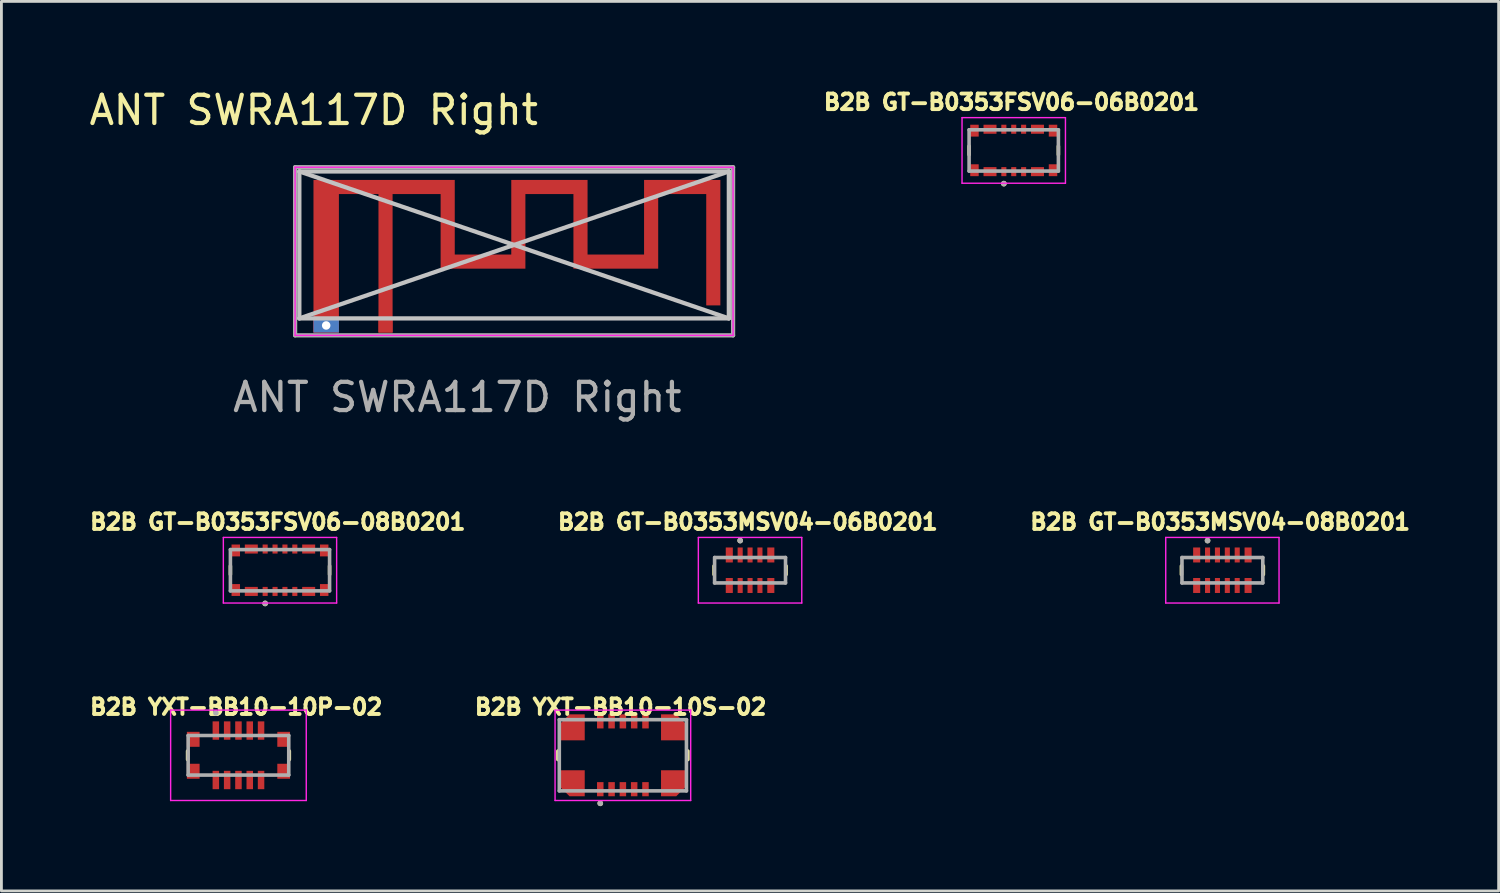
<source format=kicad_pcb>
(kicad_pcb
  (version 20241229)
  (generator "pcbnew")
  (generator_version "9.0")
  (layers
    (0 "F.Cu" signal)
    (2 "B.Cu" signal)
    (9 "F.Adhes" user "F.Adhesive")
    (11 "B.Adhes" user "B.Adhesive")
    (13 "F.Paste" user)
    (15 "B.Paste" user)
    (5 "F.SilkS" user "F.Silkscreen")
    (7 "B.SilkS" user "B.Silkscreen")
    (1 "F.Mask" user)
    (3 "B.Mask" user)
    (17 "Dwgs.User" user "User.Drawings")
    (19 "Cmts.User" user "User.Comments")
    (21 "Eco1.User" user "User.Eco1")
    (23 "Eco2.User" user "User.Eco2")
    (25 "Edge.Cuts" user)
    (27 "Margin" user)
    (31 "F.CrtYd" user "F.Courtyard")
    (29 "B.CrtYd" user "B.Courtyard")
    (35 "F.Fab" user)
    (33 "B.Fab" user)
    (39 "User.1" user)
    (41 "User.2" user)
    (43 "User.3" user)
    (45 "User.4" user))
  (footprint "ANT SWRA117D Right"
    (layer "F.Cu")
    (at 10.594 8.468)
    (property "Reference" "ANT SWRA117D Right" (at -2.54 -7.62 0) (layer "F.SilkS") (effects (font (size 1 1) (thickness 0.15))))
    (attr exclude_from_pos_files exclude_from_bom)
    (fp_poly (pts (xy 2.45 -2.51) (xy 4.45 -2.51) (xy 4.45 -5.15) (xy 7.15 -5.15) (xy 7.15 -2.51) (xy 9.15 -2.51) (xy 9.15 -5.15) (xy 11.85 -5.15) (xy 11.85 -0.71) (xy 11.35 -0.71) (xy 11.35 -4.65) (xy 9.65 -4.65) (xy 9.65 -2.01) (xy 6.65 -2.01) (xy 6.65 -4.65) (xy 4.95 -4.65) (xy 4.95 -2.01) (xy 1.95 -2.01) (xy 1.95 -4.65) (xy 0.25 -4.65) (xy 0.25 0.25) (xy -0.25 0.25) (xy -0.25 -4.65) (xy -1.65 -4.65) (xy -1.65 0.25) (xy -2.55 0.25) (xy -2.55 0.007) (xy -2.248 0.007) (xy -2.238 0.054) (xy -2.214 0.097) (xy -2.176 0.13) (xy -2.168 0.134) (xy -2.125 0.146) (xy -2.077 0.145) (xy -2.031 0.132) (xy -2.013 0.122) (xy -1.979 0.087) (xy -1.958 0.041) (xy -1.952 -0.008) (xy -1.96 -0.056) (xy -1.977 -0.089) (xy -2.012 -0.121) (xy -2.058 -0.141) (xy -2.107 -0.148) (xy -2.155 -0.14) (xy -2.188 -0.123) (xy -2.223 -0.086) (xy -2.243 -0.042) (xy -2.248 0.007) (xy -2.55 0.007) (xy -2.55 -5.15) (xy 2.45 -5.15) (xy 2.45 -2.51)) (stroke (width 0) (type solid)) (fill yes) (layer "F.Cu"))
    (fp_line (start -3.05 -5.45) (end 12.15 -5.45) (stroke (width 0.15) (type solid)) (layer "Dwgs.User"))
    (fp_line (start -3.05 -5.45) (end 12.15 -0.25) (stroke (width 0.15) (type solid)) (layer "Dwgs.User"))
    (fp_line (start -3.05 -0.25) (end -3.05 -5.45) (stroke (width 0.15) (type solid)) (layer "Dwgs.User"))
    (fp_line (start -3.05 -0.25) (end 12.15 -5.45) (stroke (width 0.15) (type solid)) (layer "Dwgs.User"))
    (fp_line (start -3.05 -0.25) (end 12.15 -0.25) (stroke (width 0.15) (type solid)) (layer "Dwgs.User"))
    (fp_line (start 12.15 -0.25) (end 12.15 -5.45) (stroke (width 0.15) (type solid)) (layer "Dwgs.User"))
    (fp_line (start -3.2 -5.6) (end 12.3 -5.6) (stroke (width 0.05) (type solid)) (layer "F.CrtYd"))
    (fp_line (start -3.2 0.35) (end -3.2 -5.6) (stroke (width 0.05) (type solid)) (layer "F.CrtYd"))
    (fp_line (start 12.3 -5.6) (end 12.3 0.35) (stroke (width 0.05) (type solid)) (layer "F.CrtYd"))
    (fp_line (start 12.3 0.35) (end -3.2 0.35) (stroke (width 0.05) (type solid)) (layer "F.CrtYd"))
    (fp_line (start -3.2 -5.6) (end 12.3 -5.6) (stroke (width 0.15) (type solid)) (layer "F.Fab"))
    (fp_line (start -3.2 0.35) (end -3.2 -5.6) (stroke (width 0.15) (type solid)) (layer "F.Fab"))
    (fp_line (start 12.3 -5.6) (end 12.3 0.35) (stroke (width 0.15) (type solid)) (layer "F.Fab"))
    (fp_line (start 12.3 0.35) (end -3.2 0.35) (stroke (width 0.15) (type solid)) (layer "F.Fab"))
    (fp_text user "${REFERENCE}" (at 2.54 2.54 0) (layer "F.Fab") (effects (font (size 1 1) (thickness 0.15))))
    (pad "1" connect rect (at 0 0) (size 0.5 0.5) (layers "F.Cu"))
    (pad "2" thru_hole rect (at -2.1 0) (size 0.9 0.5) (drill 0.3) (layers "*.Cu")))
  (footprint "B2B GT-B0353FSV06-06B0201"
    (layer "F.Cu")
    (at 32.827 2.274)
    (property "Reference" "B2B GT-B0353FSV06-06B0201" (at -0.08 -1.71 0) (layer "F.SilkS") (effects (font (size 0.551 0.551) (thickness 0.138))))
    (attr smd)
    (fp_line (start -1.58 -0.15) (end -1.58 0.15) (stroke (width 0.127) (type solid)) (layer "F.SilkS"))
    (fp_line (start 1.58 -0.15) (end 1.58 0.15) (stroke (width 0.127) (type solid)) (layer "F.SilkS"))
    (fp_circle (center -0.35 1.175) (end -0.3 1.175) (stroke (width 0.1) (type solid)) (fill no) (layer "F.SilkS"))
    (fp_line (start -1.83 -1.16) (end -1.83 1.16) (stroke (width 0.05) (type solid)) (layer "F.CrtYd"))
    (fp_line (start -1.83 1.16) (end 1.83 1.16) (stroke (width 0.05) (type solid)) (layer "F.CrtYd"))
    (fp_line (start 1.83 -1.16) (end -1.83 -1.16) (stroke (width 0.05) (type solid)) (layer "F.CrtYd"))
    (fp_line (start 1.83 1.16) (end 1.83 -1.16) (stroke (width 0.05) (type solid)) (layer "F.CrtYd"))
    (fp_line (start -1.58 -0.73) (end -1.58 0.73) (stroke (width 0.127) (type solid)) (layer "F.Fab"))
    (fp_line (start -1.58 0.73) (end 1.58 0.73) (stroke (width 0.127) (type solid)) (layer "F.Fab"))
    (fp_line (start 1.58 -0.73) (end -1.58 -0.73) (stroke (width 0.127) (type solid)) (layer "F.Fab"))
    (fp_line (start 1.58 0.73) (end 1.58 -0.73) (stroke (width 0.127) (type solid)) (layer "F.Fab"))
    (fp_circle (center -0.35 1.175) (end -0.3 1.175) (stroke (width 0.1) (type solid)) (fill no) (layer "F.Fab"))
    (pad "1" smd rect (at -0.35 0.75) (size 0.18 0.32) (layers "F.Cu" "F.Mask" "F.Paste"))
    (pad "2" smd rect (at -0.35 -0.75) (size 0.18 0.32) (layers "F.Cu" "F.Mask" "F.Paste"))
    (pad "3" smd rect (at 0 0.75) (size 0.18 0.32) (layers "F.Cu" "F.Mask" "F.Paste"))
    (pad "4" smd rect (at 0 -0.75) (size 0.18 0.32) (layers "F.Cu" "F.Mask" "F.Paste"))
    (pad "5" smd rect (at 0.35 0.75) (size 0.18 0.32) (layers "F.Cu" "F.Mask" "F.Paste"))
    (pad "6" smd rect (at 0.35 -0.75) (size 0.18 0.32) (layers "F.Cu" "F.Mask" "F.Paste"))
    (pad "P1" smd rect (at -0.84 0.75) (size 0.46 0.32) (layers "F.Cu" "F.Mask" "F.Paste"))
    (pad "P1_2" smd rect (at -0.84 -0.75) (size 0.46 0.32) (layers "F.Cu" "F.Mask" "F.Paste"))
    (pad "P2" smd rect (at 0.84 0.75) (size 0.46 0.32) (layers "F.Cu" "F.Mask" "F.Paste"))
    (pad "P2_2" smd rect (at 0.84 -0.75) (size 0.46 0.32) (layers "F.Cu" "F.Mask" "F.Paste"))
    (pad "S1" smd rect (at -1.39 0.7) (size 0.3 0.42) (layers "F.Cu" "F.Mask" "F.Paste"))
    (pad "S2" smd rect (at -1.39 -0.7) (size 0.3 0.42) (layers "F.Cu" "F.Mask" "F.Paste"))
    (pad "S3" smd rect (at 1.39 0.7) (size 0.3 0.42) (layers "F.Cu" "F.Mask" "F.Paste"))
    (pad "S4" smd rect (at 1.39 -0.7) (size 0.3 0.42) (layers "F.Cu" "F.Mask" "F.Paste"))
    (zone (net_name "") (layer "F.Cu") (hatch full 0.508) (connect_pads) (min_thickness 0.01) (filled_areas_thickness no) (keepout (tracks not_allowed) (vias not_allowed) (pads not_allowed) (copperpour not_allowed) (footprints allowed)) (placement (enabled no)) (fill) (polygon (pts (xy 31.757 1.684) (xy 33.897 1.684) (xy 33.897 2.864) (xy 31.757 2.864))))
    (zone (net_name "") (layers "F.Cu" "B.Cu") (hatch full 0.508) (connect_pads) (min_thickness 0.01) (filled_areas_thickness no) (keepout (tracks allowed) (vias not_allowed) (pads allowed) (copperpour allowed) (footprints allowed)) (placement (enabled no)) (fill) (polygon (pts (xy 31.757 1.684) (xy 33.897 1.684) (xy 33.897 2.864) (xy 31.757 2.864)))))
  (footprint "B2B GT-B0353FSV06-08B0201"
    (layer "F.Cu")
    (at 6.859 17.131)
    (property "Reference" "B2B GT-B0353FSV06-08B0201" (at -0.08 -1.71 0) (layer "F.SilkS") (effects (font (size 0.551 0.551) (thickness 0.138))))
    (attr smd)
    (fp_line (start -1.755 -0.15) (end -1.755 0.15) (stroke (width 0.127) (type solid)) (layer "F.SilkS"))
    (fp_line (start 1.755 -0.15) (end 1.755 0.15) (stroke (width 0.127) (type solid)) (layer "F.SilkS"))
    (fp_circle (center -0.525 1.175) (end -0.475 1.175) (stroke (width 0.1) (type solid)) (fill no) (layer "F.SilkS"))
    (fp_line (start -2.005 -1.16) (end -2.005 1.16) (stroke (width 0.05) (type solid)) (layer "F.CrtYd"))
    (fp_line (start -2.005 1.16) (end 2.005 1.16) (stroke (width 0.05) (type solid)) (layer "F.CrtYd"))
    (fp_line (start 2.005 -1.16) (end -2.005 -1.16) (stroke (width 0.05) (type solid)) (layer "F.CrtYd"))
    (fp_line (start 2.005 1.16) (end 2.005 -1.16) (stroke (width 0.05) (type solid)) (layer "F.CrtYd"))
    (fp_line (start -1.755 -0.73) (end -1.755 0.73) (stroke (width 0.127) (type solid)) (layer "F.Fab"))
    (fp_line (start -1.755 0.73) (end 1.755 0.73) (stroke (width 0.127) (type solid)) (layer "F.Fab"))
    (fp_line (start 1.755 -0.73) (end -1.755 -0.73) (stroke (width 0.127) (type solid)) (layer "F.Fab"))
    (fp_line (start 1.755 0.73) (end 1.755 -0.73) (stroke (width 0.127) (type solid)) (layer "F.Fab"))
    (fp_circle (center -0.525 1.175) (end -0.475 1.175) (stroke (width 0.1) (type solid)) (fill no) (layer "F.Fab"))
    (pad "1" smd rect (at -0.525 0.75) (size 0.18 0.32) (layers "F.Cu" "F.Mask" "F.Paste"))
    (pad "2" smd rect (at -0.525 -0.75) (size 0.18 0.32) (layers "F.Cu" "F.Mask" "F.Paste"))
    (pad "3" smd rect (at -0.175 0.75) (size 0.18 0.32) (layers "F.Cu" "F.Mask" "F.Paste"))
    (pad "4" smd rect (at -0.175 -0.75) (size 0.18 0.32) (layers "F.Cu" "F.Mask" "F.Paste"))
    (pad "5" smd rect (at 0.175 0.75) (size 0.18 0.32) (layers "F.Cu" "F.Mask" "F.Paste"))
    (pad "6" smd rect (at 0.175 -0.75) (size 0.18 0.32) (layers "F.Cu" "F.Mask" "F.Paste"))
    (pad "7" smd rect (at 0.525 0.75) (size 0.18 0.32) (layers "F.Cu" "F.Mask" "F.Paste"))
    (pad "8" smd rect (at 0.525 -0.75) (size 0.18 0.32) (layers "F.Cu" "F.Mask" "F.Paste"))
    (pad "P1" smd rect (at -1.015 0.75) (size 0.46 0.32) (layers "F.Cu" "F.Mask" "F.Paste"))
    (pad "P1_2" smd rect (at -1.015 -0.75) (size 0.46 0.32) (layers "F.Cu" "F.Mask" "F.Paste"))
    (pad "P2" smd rect (at 1.015 0.75) (size 0.46 0.32) (layers "F.Cu" "F.Mask" "F.Paste"))
    (pad "P2_2" smd rect (at 1.015 -0.75) (size 0.46 0.32) (layers "F.Cu" "F.Mask" "F.Paste"))
    (pad "S1" smd rect (at -1.565 0.7) (size 0.3 0.42) (layers "F.Cu" "F.Mask" "F.Paste"))
    (pad "S2" smd rect (at -1.565 -0.7) (size 0.3 0.42) (layers "F.Cu" "F.Mask" "F.Paste"))
    (pad "S3" smd rect (at 1.565 0.7) (size 0.3 0.42) (layers "F.Cu" "F.Mask" "F.Paste"))
    (pad "S4" smd rect (at 1.565 -0.7) (size 0.3 0.42) (layers "F.Cu" "F.Mask" "F.Paste"))
    (zone (net_name "") (layer "F.Cu") (hatch full 0.508) (connect_pads) (min_thickness 0.01) (filled_areas_thickness no) (keepout (tracks not_allowed) (vias not_allowed) (pads not_allowed) (copperpour not_allowed) (footprints allowed)) (placement (enabled no)) (fill) (polygon (pts (xy 5.614 16.541) (xy 8.104 16.541) (xy 8.104 17.721) (xy 5.614 17.721))))
    (zone (net_name "") (layers "F.Cu" "B.Cu") (hatch full 0.508) (connect_pads) (min_thickness 0.01) (filled_areas_thickness no) (keepout (tracks allowed) (vias not_allowed) (pads allowed) (copperpour allowed) (footprints allowed)) (placement (enabled no)) (fill) (polygon (pts (xy 5.614 16.541) (xy 8.104 16.541) (xy 8.104 17.721) (xy 5.614 17.721)))))
  (footprint "B2B GT-B0353MSV04-08B0201"
    (layer "F.Cu")
    (at 40.211 17.131)
    (property "Reference" "B2B GT-B0353MSV04-08B0201" (at -0.08 -1.71 0) (layer "F.SilkS") (effects (font (size 0.551 0.551) (thickness 0.138))))
    (attr smd)
    (fp_line (start -1.45 -0.15) (end -1.45 0.15) (stroke (width 0.127) (type solid)) (layer "F.SilkS"))
    (fp_line (start 1.45 -0.15) (end 1.45 0.15) (stroke (width 0.127) (type solid)) (layer "F.SilkS"))
    (fp_circle (center -0.525 -1.05) (end -0.475 -1.05) (stroke (width 0.1) (type solid)) (fill no) (layer "F.SilkS"))
    (fp_line (start -2.005 -1.16) (end -2.005 1.16) (stroke (width 0.05) (type solid)) (layer "F.CrtYd"))
    (fp_line (start -2.005 1.16) (end 2.005 1.16) (stroke (width 0.05) (type solid)) (layer "F.CrtYd"))
    (fp_line (start 2.005 -1.16) (end -2.005 -1.16) (stroke (width 0.05) (type solid)) (layer "F.CrtYd"))
    (fp_line (start 2.005 1.16) (end 2.005 -1.16) (stroke (width 0.05) (type solid)) (layer "F.CrtYd"))
    (fp_line (start -1.43 -0.45) (end -1.43 0.45) (stroke (width 0.127) (type solid)) (layer "F.Fab"))
    (fp_line (start -1.43 -0.45) (end 1.43 -0.45) (stroke (width 0.127) (type solid)) (layer "F.Fab"))
    (fp_line (start -1.43 0.45) (end 1.43 0.45) (stroke (width 0.127) (type solid)) (layer "F.Fab"))
    (fp_line (start 1.43 -0.45) (end 1.43 0.45) (stroke (width 0.127) (type solid)) (layer "F.Fab"))
    (fp_circle (center -0.525 -1.05) (end -0.475 -1.05) (stroke (width 0.1) (type solid)) (fill no) (layer "F.Fab"))
    (pad "1" smd rect (at -0.525 -0.54) (size 0.18 0.53) (layers "F.Cu" "F.Mask" "F.Paste"))
    (pad "2" smd rect (at -0.525 0.54) (size 0.18 0.53) (layers "F.Cu" "F.Mask" "F.Paste"))
    (pad "3" smd rect (at -0.175 -0.54) (size 0.18 0.53) (layers "F.Cu" "F.Mask" "F.Paste"))
    (pad "4" smd rect (at -0.175 0.54) (size 0.18 0.53) (layers "F.Cu" "F.Mask" "F.Paste"))
    (pad "5" smd rect (at 0.175 -0.54) (size 0.18 0.53) (layers "F.Cu" "F.Mask" "F.Paste"))
    (pad "6" smd rect (at 0.175 0.54) (size 0.18 0.53) (layers "F.Cu" "F.Mask" "F.Paste"))
    (pad "7" smd rect (at 0.525 -0.54) (size 0.18 0.53) (layers "F.Cu" "F.Mask" "F.Paste"))
    (pad "8" smd rect (at 0.525 0.54) (size 0.18 0.53) (layers "F.Cu" "F.Mask" "F.Paste"))
    (pad "P1" smd rect (at -0.91 0.54) (size 0.25 0.53) (layers "F.Cu" "F.Mask" "F.Paste"))
    (pad "P1_2" smd rect (at -0.91 -0.54) (size 0.25 0.53) (layers "F.Cu" "F.Mask" "F.Paste"))
    (pad "P2" smd rect (at 0.91 0.54) (size 0.25 0.53) (layers "F.Cu" "F.Mask" "F.Paste"))
    (pad "P2_2" smd rect (at 0.91 -0.54) (size 0.25 0.53) (layers "F.Cu" "F.Mask" "F.Paste")))
  (footprint "B2B YXT-BB10-10S-02"
    (layer "F.Cu")
    (at 18.994 23.68)
    (property "Reference" "B2B YXT-BB10-10S-02" (at -0.08 -1.71 0) (layer "F.SilkS") (effects (font (size 0.551 0.551) (thickness 0.138))))
    (attr smd)
    (fp_line (start -2.3 -0.15) (end -2.3 0.15) (stroke (width 0.127) (type solid)) (layer "F.SilkS"))
    (fp_line (start 2.3 -0.15) (end 2.3 0.15) (stroke (width 0.127) (type solid)) (layer "F.SilkS"))
    (fp_circle (center -0.8 1.7) (end -0.75 1.7) (stroke (width 0.1) (type solid)) (fill no) (layer "F.SilkS"))
    (fp_line (start -2.4 -1.6) (end -2.4 1.6) (stroke (width 0.05) (type solid)) (layer "F.CrtYd"))
    (fp_line (start -2.4 1.6) (end 2.4 1.6) (stroke (width 0.05) (type solid)) (layer "F.CrtYd"))
    (fp_line (start 2.4 -1.6) (end -2.4 -1.6) (stroke (width 0.05) (type solid)) (layer "F.CrtYd"))
    (fp_line (start 2.4 1.6) (end 2.4 -1.6) (stroke (width 0.05) (type solid)) (layer "F.CrtYd"))
    (fp_line (start -2.25 -1.26) (end -2.25 1.26) (stroke (width 0.127) (type solid)) (layer "F.Fab"))
    (fp_line (start -2.25 -1.26) (end 2.25 -1.26) (stroke (width 0.127) (type solid)) (layer "F.Fab"))
    (fp_line (start -2.25 1.26) (end 2.25 1.26) (stroke (width 0.127) (type solid)) (layer "F.Fab"))
    (fp_line (start 2.25 -1.26) (end 2.25 1.26) (stroke (width 0.127) (type solid)) (layer "F.Fab"))
    (fp_circle (center -0.8 1.7) (end -0.75 1.7) (stroke (width 0.1) (type solid)) (fill no) (layer "F.Fab"))
    (pad "1" smd rect (at -0.8 1.2) (size 0.23 0.5) (layers "F.Cu" "F.Mask" "F.Paste"))
    (pad "2" smd rect (at -0.8 -1.2) (size 0.23 0.5) (layers "F.Cu" "F.Mask" "F.Paste"))
    (pad "3" smd rect (at -0.4 1.2) (size 0.23 0.5) (layers "F.Cu" "F.Mask" "F.Paste"))
    (pad "4" smd rect (at -0.4 -1.2) (size 0.23 0.5) (layers "F.Cu" "F.Mask" "F.Paste"))
    (pad "5" smd rect (at 0 1.2) (size 0.23 0.5) (layers "F.Cu" "F.Mask" "F.Paste"))
    (pad "6" smd rect (at 0 -1.2) (size 0.23 0.5) (layers "F.Cu" "F.Mask" "F.Paste"))
    (pad "7" smd rect (at 0.4 1.2) (size 0.23 0.5) (layers "F.Cu" "F.Mask" "F.Paste"))
    (pad "8" smd rect (at 0.4 -1.2) (size 0.23 0.5) (layers "F.Cu" "F.Mask" "F.Paste"))
    (pad "9" smd rect (at 0.8 1.2) (size 0.23 0.5) (layers "F.Cu" "F.Mask" "F.Paste"))
    (pad "10" smd rect (at 0.8 -1.2) (size 0.23 0.5) (layers "F.Cu" "F.Mask" "F.Paste"))
    (pad "S1" smd roundrect (at -1.8 0.99) (size 0.9 0.92) (layers "F.Cu" "F.Mask" "F.Paste") (roundrect_rratio 0) (chamfer_ratio 0.4) (chamfer bottom_left))
    (pad "S2" smd roundrect (at -1.8 -0.99) (size 0.9 0.92) (layers "F.Cu" "F.Mask" "F.Paste") (roundrect_rratio 0) (chamfer_ratio 0.4) (chamfer top_left))
    (pad "S3" smd roundrect (at 1.8 0.99) (size 0.9 0.92) (layers "F.Cu" "F.Mask" "F.Paste") (roundrect_rratio 0) (chamfer_ratio 0.4) (chamfer bottom_right))
    (pad "S4" smd roundrect (at 1.8 -0.99) (size 0.9 0.92) (layers "F.Cu" "F.Mask" "F.Paste") (roundrect_rratio 0) (chamfer_ratio 0.4) (chamfer top_right)))
  (footprint "B2B YXT-BB10-10P-02"
    (layer "F.Cu")
    (at 5.389 23.68)
    (property "Reference" "B2B YXT-BB10-10P-02" (at -0.08 -1.71 0) (layer "F.SilkS") (effects (font (size 0.551 0.551) (thickness 0.138))))
    (attr smd)
    (fp_line (start -1.8 -0.15) (end -1.8 0.15) (stroke (width 0.127) (type solid)) (layer "F.SilkS"))
    (fp_line (start 1.8 -0.15) (end 1.8 0.15) (stroke (width 0.127) (type solid)) (layer "F.SilkS"))
    (fp_circle (center -0.8 -1.5) (end -0.75 -1.5) (stroke (width 0.1) (type solid)) (fill no) (layer "F.SilkS"))
    (fp_line (start -2.4 -1.6) (end -2.4 1.6) (stroke (width 0.05) (type solid)) (layer "F.CrtYd"))
    (fp_line (start -2.4 1.6) (end 2.4 1.6) (stroke (width 0.05) (type solid)) (layer "F.CrtYd"))
    (fp_line (start 2.4 -1.6) (end -2.4 -1.6) (stroke (width 0.05) (type solid)) (layer "F.CrtYd"))
    (fp_line (start 2.4 1.6) (end 2.4 -1.6) (stroke (width 0.05) (type solid)) (layer "F.CrtYd"))
    (fp_line (start -1.78 -0.7) (end -1.78 0.7) (stroke (width 0.127) (type solid)) (layer "F.Fab"))
    (fp_line (start -1.78 -0.7) (end 1.78 -0.7) (stroke (width 0.127) (type solid)) (layer "F.Fab"))
    (fp_line (start -1.78 0.7) (end 1.78 0.7) (stroke (width 0.127) (type solid)) (layer "F.Fab"))
    (fp_line (start 1.78 -0.7) (end 1.78 0.7) (stroke (width 0.127) (type solid)) (layer "F.Fab"))
    (fp_circle (center -0.8 -1.5) (end -0.75 -1.5) (stroke (width 0.1) (type solid)) (fill no) (layer "F.Fab"))
    (pad "1" smd rect (at -0.8 -0.875) (size 0.23 0.65) (layers "F.Cu" "F.Mask" "F.Paste"))
    (pad "2" smd rect (at -0.8 0.875) (size 0.23 0.65) (layers "F.Cu" "F.Mask" "F.Paste"))
    (pad "3" smd rect (at -0.4 -0.875) (size 0.23 0.65) (layers "F.Cu" "F.Mask" "F.Paste"))
    (pad "4" smd rect (at -0.4 0.875) (size 0.23 0.65) (layers "F.Cu" "F.Mask" "F.Paste"))
    (pad "5" smd rect (at 0 -0.875) (size 0.23 0.65) (layers "F.Cu" "F.Mask" "F.Paste"))
    (pad "6" smd rect (at 0 0.875) (size 0.23 0.65) (layers "F.Cu" "F.Mask" "F.Paste"))
    (pad "7" smd rect (at 0.4 -0.875) (size 0.23 0.65) (layers "F.Cu" "F.Mask" "F.Paste"))
    (pad "8" smd rect (at 0.4 0.875) (size 0.23 0.65) (layers "F.Cu" "F.Mask" "F.Paste"))
    (pad "9" smd rect (at 0.8 -0.875) (size 0.23 0.65) (layers "F.Cu" "F.Mask" "F.Paste"))
    (pad "10" smd rect (at 0.8 0.875) (size 0.23 0.65) (layers "F.Cu" "F.Mask" "F.Paste"))
    (pad "S1" smd rect (at -1.6 0.565) (size 0.45 0.53) (layers "F.Cu" "F.Mask" "F.Paste"))
    (pad "S2" smd rect (at -1.6 -0.565) (size 0.45 0.53) (layers "F.Cu" "F.Mask" "F.Paste"))
    (pad "S3" smd rect (at 1.6 0.565) (size 0.45 0.53) (layers "F.Cu" "F.Mask" "F.Paste"))
    (pad "S4" smd rect (at 1.6 -0.565) (size 0.45 0.53) (layers "F.Cu" "F.Mask" "F.Paste")))
  (footprint "B2B GT-B0353MSV04-06B0201"
    (layer "F.Cu")
    (at 23.495 17.131)
    (property "Reference" "B2B GT-B0353MSV04-06B0201" (at -0.08 -1.71 0) (layer "F.SilkS") (effects (font (size 0.551 0.551) (thickness 0.138))))
    (attr smd)
    (fp_line (start -1.275 -0.15) (end -1.275 0.15) (stroke (width 0.127) (type solid)) (layer "F.SilkS"))
    (fp_line (start 1.275 -0.15) (end 1.275 0.15) (stroke (width 0.127) (type solid)) (layer "F.SilkS"))
    (fp_circle (center -0.35 -1.05) (end -0.3 -1.05) (stroke (width 0.1) (type solid)) (fill no) (layer "F.SilkS"))
    (fp_line (start -1.83 -1.16) (end -1.83 1.16) (stroke (width 0.05) (type solid)) (layer "F.CrtYd"))
    (fp_line (start -1.83 1.16) (end 1.83 1.16) (stroke (width 0.05) (type solid)) (layer "F.CrtYd"))
    (fp_line (start 1.83 -1.16) (end -1.83 -1.16) (stroke (width 0.05) (type solid)) (layer "F.CrtYd"))
    (fp_line (start 1.83 1.16) (end 1.83 -1.16) (stroke (width 0.05) (type solid)) (layer "F.CrtYd"))
    (fp_line (start -1.255 -0.45) (end -1.255 0.45) (stroke (width 0.127) (type solid)) (layer "F.Fab"))
    (fp_line (start -1.255 0.45) (end 1.255 0.45) (stroke (width 0.127) (type solid)) (layer "F.Fab"))
    (fp_line (start -1.25 -0.45) (end 1.255 -0.45) (stroke (width 0.127) (type solid)) (layer "F.Fab"))
    (fp_line (start 1.255 -0.45) (end 1.255 0.45) (stroke (width 0.127) (type solid)) (layer "F.Fab"))
    (fp_circle (center -0.35 -1.05) (end -0.3 -1.05) (stroke (width 0.1) (type solid)) (fill no) (layer "F.Fab"))
    (pad "1" smd rect (at -0.35 -0.54) (size 0.18 0.53) (layers "F.Cu" "F.Mask" "F.Paste"))
    (pad "2" smd rect (at -0.35 0.54) (size 0.18 0.53) (layers "F.Cu" "F.Mask" "F.Paste"))
    (pad "3" smd rect (at 0 -0.54) (size 0.18 0.53) (layers "F.Cu" "F.Mask" "F.Paste"))
    (pad "4" smd rect (at 0 0.54) (size 0.18 0.53) (layers "F.Cu" "F.Mask" "F.Paste"))
    (pad "5" smd rect (at 0.35 -0.54) (size 0.18 0.53) (layers "F.Cu" "F.Mask" "F.Paste"))
    (pad "6" smd rect (at 0.35 0.54) (size 0.18 0.53) (layers "F.Cu" "F.Mask" "F.Paste"))
    (pad "P1" smd rect (at -0.735 0.54) (size 0.25 0.53) (layers "F.Cu" "F.Mask" "F.Paste"))
    (pad "P1_2" smd rect (at -0.735 -0.54) (size 0.25 0.53) (layers "F.Cu" "F.Mask" "F.Paste"))
    (pad "P2" smd rect (at 0.735 0.54) (size 0.25 0.53) (layers "F.Cu" "F.Mask" "F.Paste"))
    (pad "P2_2" smd rect (at 0.735 -0.54) (size 0.25 0.53) (layers "F.Cu" "F.Mask" "F.Paste")))
  (gr_rect
    (start -3 -3)
    (end 49.988 28.48)
    (stroke (width 0.1) (type default))
    (fill no)
    (layer "Edge.Cuts")))
</source>
